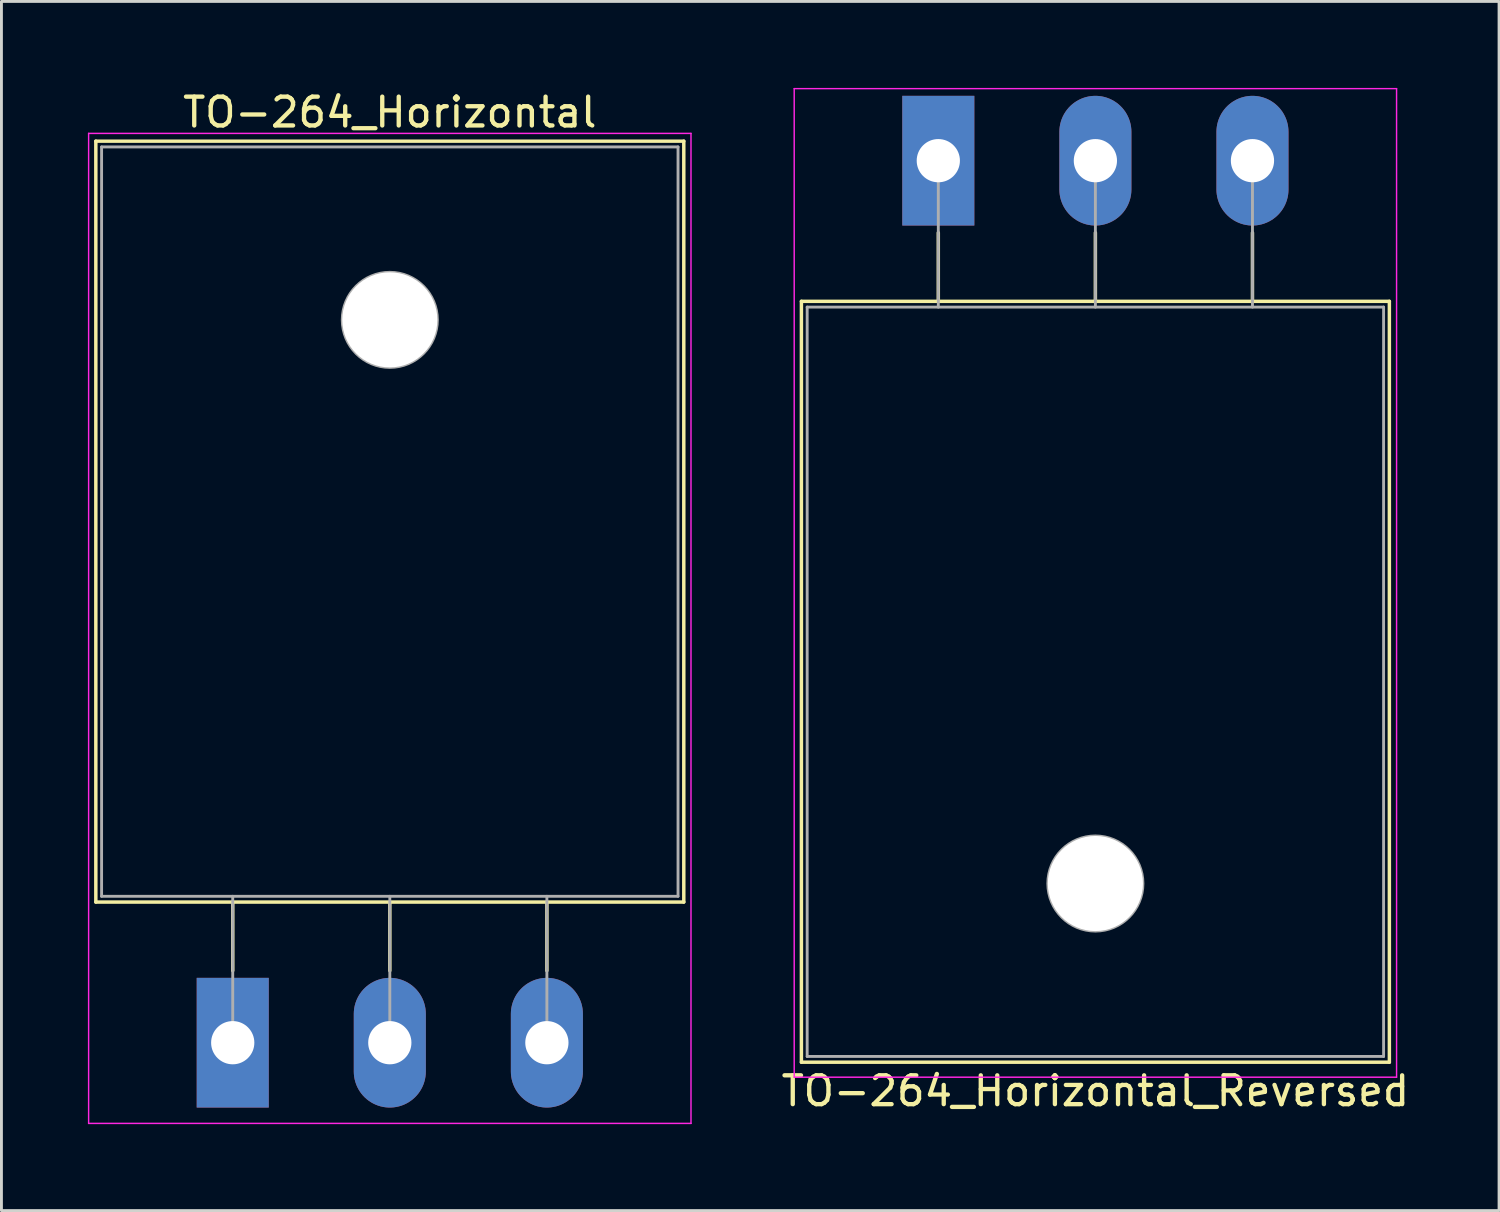
<source format=kicad_pcb>
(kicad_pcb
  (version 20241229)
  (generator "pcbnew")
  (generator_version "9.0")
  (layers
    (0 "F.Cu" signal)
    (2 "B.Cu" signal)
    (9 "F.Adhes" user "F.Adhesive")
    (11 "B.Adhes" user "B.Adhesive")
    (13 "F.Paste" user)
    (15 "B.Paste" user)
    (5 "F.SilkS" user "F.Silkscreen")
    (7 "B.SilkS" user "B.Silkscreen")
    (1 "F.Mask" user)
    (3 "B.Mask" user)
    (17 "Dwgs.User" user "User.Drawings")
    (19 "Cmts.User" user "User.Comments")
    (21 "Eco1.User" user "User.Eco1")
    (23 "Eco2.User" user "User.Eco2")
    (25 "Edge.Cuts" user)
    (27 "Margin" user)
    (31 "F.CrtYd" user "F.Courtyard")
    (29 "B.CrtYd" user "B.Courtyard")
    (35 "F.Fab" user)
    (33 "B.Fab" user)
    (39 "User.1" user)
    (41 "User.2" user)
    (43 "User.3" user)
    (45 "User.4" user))
  (footprint "TO-264_Horizontal_Reversed"
    (layer "F.Cu")
    (at 29.506 2.525)
    (property "Reference" "TO-264_Horizontal_Reversed" (at 5.45 32.28 0) (layer "F.SilkS") (effects (font (size 1 1) (thickness 0.15))))
    (attr through_hole)
    (fp_line (start -4.75 4.88) (end -4.75 31.28) (stroke (width 0.12) (type solid)) (layer "F.SilkS"))
    (fp_line (start -4.75 4.88) (end 15.65 4.88) (stroke (width 0.12) (type solid)) (layer "F.SilkS"))
    (fp_line (start -4.75 31.28) (end 15.65 31.28) (stroke (width 0.12) (type solid)) (layer "F.SilkS"))
    (fp_line (start 0 2.5) (end 0 4.88) (stroke (width 0.12) (type solid)) (layer "F.SilkS"))
    (fp_line (start 5.45 2.5) (end 5.45 4.88) (stroke (width 0.12) (type solid)) (layer "F.SilkS"))
    (fp_line (start 10.9 2.5) (end 10.9 4.88) (stroke (width 0.12) (type solid)) (layer "F.SilkS"))
    (fp_line (start 15.65 4.88) (end 15.65 31.28) (stroke (width 0.12) (type solid)) (layer "F.SilkS"))
    (fp_line (start -5 -2.5) (end -5 31.8) (stroke (width 0.05) (type solid)) (layer "F.CrtYd"))
    (fp_line (start -5 31.8) (end 15.9 31.8) (stroke (width 0.05) (type solid)) (layer "F.CrtYd"))
    (fp_line (start 15.9 -2.5) (end -5 -2.5) (stroke (width 0.05) (type solid)) (layer "F.CrtYd"))
    (fp_line (start 15.9 31.8) (end 15.9 -2.5) (stroke (width 0.05) (type solid)) (layer "F.CrtYd"))
    (fp_line (start -4.55 5.08) (end -4.55 31.08) (stroke (width 0.1) (type solid)) (layer "F.Fab"))
    (fp_line (start -4.55 31.08) (end 15.45 31.08) (stroke (width 0.1) (type solid)) (layer "F.Fab"))
    (fp_line (start 0 5.08) (end 0 0) (stroke (width 0.1) (type solid)) (layer "F.Fab"))
    (fp_line (start 5.45 5.08) (end 5.45 0) (stroke (width 0.1) (type solid)) (layer "F.Fab"))
    (fp_line (start 10.9 5.08) (end 10.9 0) (stroke (width 0.1) (type solid)) (layer "F.Fab"))
    (fp_line (start 15.45 5.08) (end -4.55 5.08) (stroke (width 0.1) (type solid)) (layer "F.Fab"))
    (fp_line (start 15.45 31.08) (end 15.45 5.08) (stroke (width 0.1) (type solid)) (layer "F.Fab"))
    (fp_circle (center 5.45 25.08) (end 7.1 25.08) (stroke (width 0.1) (type solid)) (fill no) (layer "F.Fab"))
    (pad "" np_thru_hole oval (at 5.45 25.08) (size 3.3 3.3) (drill 3.3) (layers "*.Cu" "*.Mask"))
    (pad "1" thru_hole rect (at 0 0) (size 2.5 4.5) (drill 1.5) (layers "*.Cu" "*.Mask"))
    (pad "2" thru_hole oval (at 5.45 0) (size 2.5 4.5) (drill 1.5) (layers "*.Cu" "*.Mask"))
    (pad "3" thru_hole oval (at 10.9 0) (size 2.5 4.5) (drill 1.5) (layers "*.Cu" "*.Mask")))
  (footprint "TO-264_Horizontal"
    (layer "F.Cu")
    (at 5.025 33.128)
    (property "Reference" "TO-264_Horizontal" (at 5.45 -32.28 0) (layer "F.SilkS") (effects (font (size 1 1) (thickness 0.15))))
    (attr through_hole)
    (fp_line (start -4.75 -31.28) (end -4.75 -4.88) (stroke (width 0.12) (type solid)) (layer "F.SilkS"))
    (fp_line (start -4.75 -31.28) (end 15.65 -31.28) (stroke (width 0.12) (type solid)) (layer "F.SilkS"))
    (fp_line (start -4.75 -4.88) (end 15.65 -4.88) (stroke (width 0.12) (type solid)) (layer "F.SilkS"))
    (fp_line (start 0 -4.88) (end 0 -2.5) (stroke (width 0.12) (type solid)) (layer "F.SilkS"))
    (fp_line (start 5.45 -4.88) (end 5.45 -2.5) (stroke (width 0.12) (type solid)) (layer "F.SilkS"))
    (fp_line (start 10.9 -4.88) (end 10.9 -2.5) (stroke (width 0.12) (type solid)) (layer "F.SilkS"))
    (fp_line (start 15.65 -31.28) (end 15.65 -4.88) (stroke (width 0.12) (type solid)) (layer "F.SilkS"))
    (fp_line (start -5 -31.55) (end -5 2.8) (stroke (width 0.05) (type solid)) (layer "F.CrtYd"))
    (fp_line (start -5 2.8) (end 15.9 2.8) (stroke (width 0.05) (type solid)) (layer "F.CrtYd"))
    (fp_line (start 15.9 -31.55) (end -5 -31.55) (stroke (width 0.05) (type solid)) (layer "F.CrtYd"))
    (fp_line (start 15.9 2.8) (end 15.9 -31.55) (stroke (width 0.05) (type solid)) (layer "F.CrtYd"))
    (fp_line (start -4.55 -31.08) (end 15.45 -31.08) (stroke (width 0.1) (type solid)) (layer "F.Fab"))
    (fp_line (start -4.55 -5.08) (end -4.55 -31.08) (stroke (width 0.1) (type solid)) (layer "F.Fab"))
    (fp_line (start 0 -5.08) (end 0 0) (stroke (width 0.1) (type solid)) (layer "F.Fab"))
    (fp_line (start 5.45 -5.08) (end 5.45 0) (stroke (width 0.1) (type solid)) (layer "F.Fab"))
    (fp_line (start 10.9 -5.08) (end 10.9 0) (stroke (width 0.1) (type solid)) (layer "F.Fab"))
    (fp_line (start 15.45 -31.08) (end 15.45 -5.08) (stroke (width 0.1) (type solid)) (layer "F.Fab"))
    (fp_line (start 15.45 -5.08) (end -4.55 -5.08) (stroke (width 0.1) (type solid)) (layer "F.Fab"))
    (fp_circle (center 5.45 -25.08) (end 7.1 -25.08) (stroke (width 0.1) (type solid)) (fill no) (layer "F.Fab"))
    (pad "" np_thru_hole oval (at 5.45 -25.08) (size 3.3 3.3) (drill 3.3) (layers "*.Cu" "*.Mask"))
    (pad "1" thru_hole rect (at 0 0) (size 2.5 4.5) (drill 1.5) (layers "*.Cu" "*.Mask"))
    (pad "2" thru_hole oval (at 5.45 0) (size 2.5 4.5) (drill 1.5) (layers "*.Cu" "*.Mask"))
    (pad "3" thru_hole oval (at 10.9 0) (size 2.5 4.5) (drill 1.5) (layers "*.Cu" "*.Mask")))
  (gr_rect
    (start -3 -3)
    (end 48.962 38.953)
    (stroke (width 0.1) (type default))
    (fill no)
    (layer "Edge.Cuts")))
</source>
